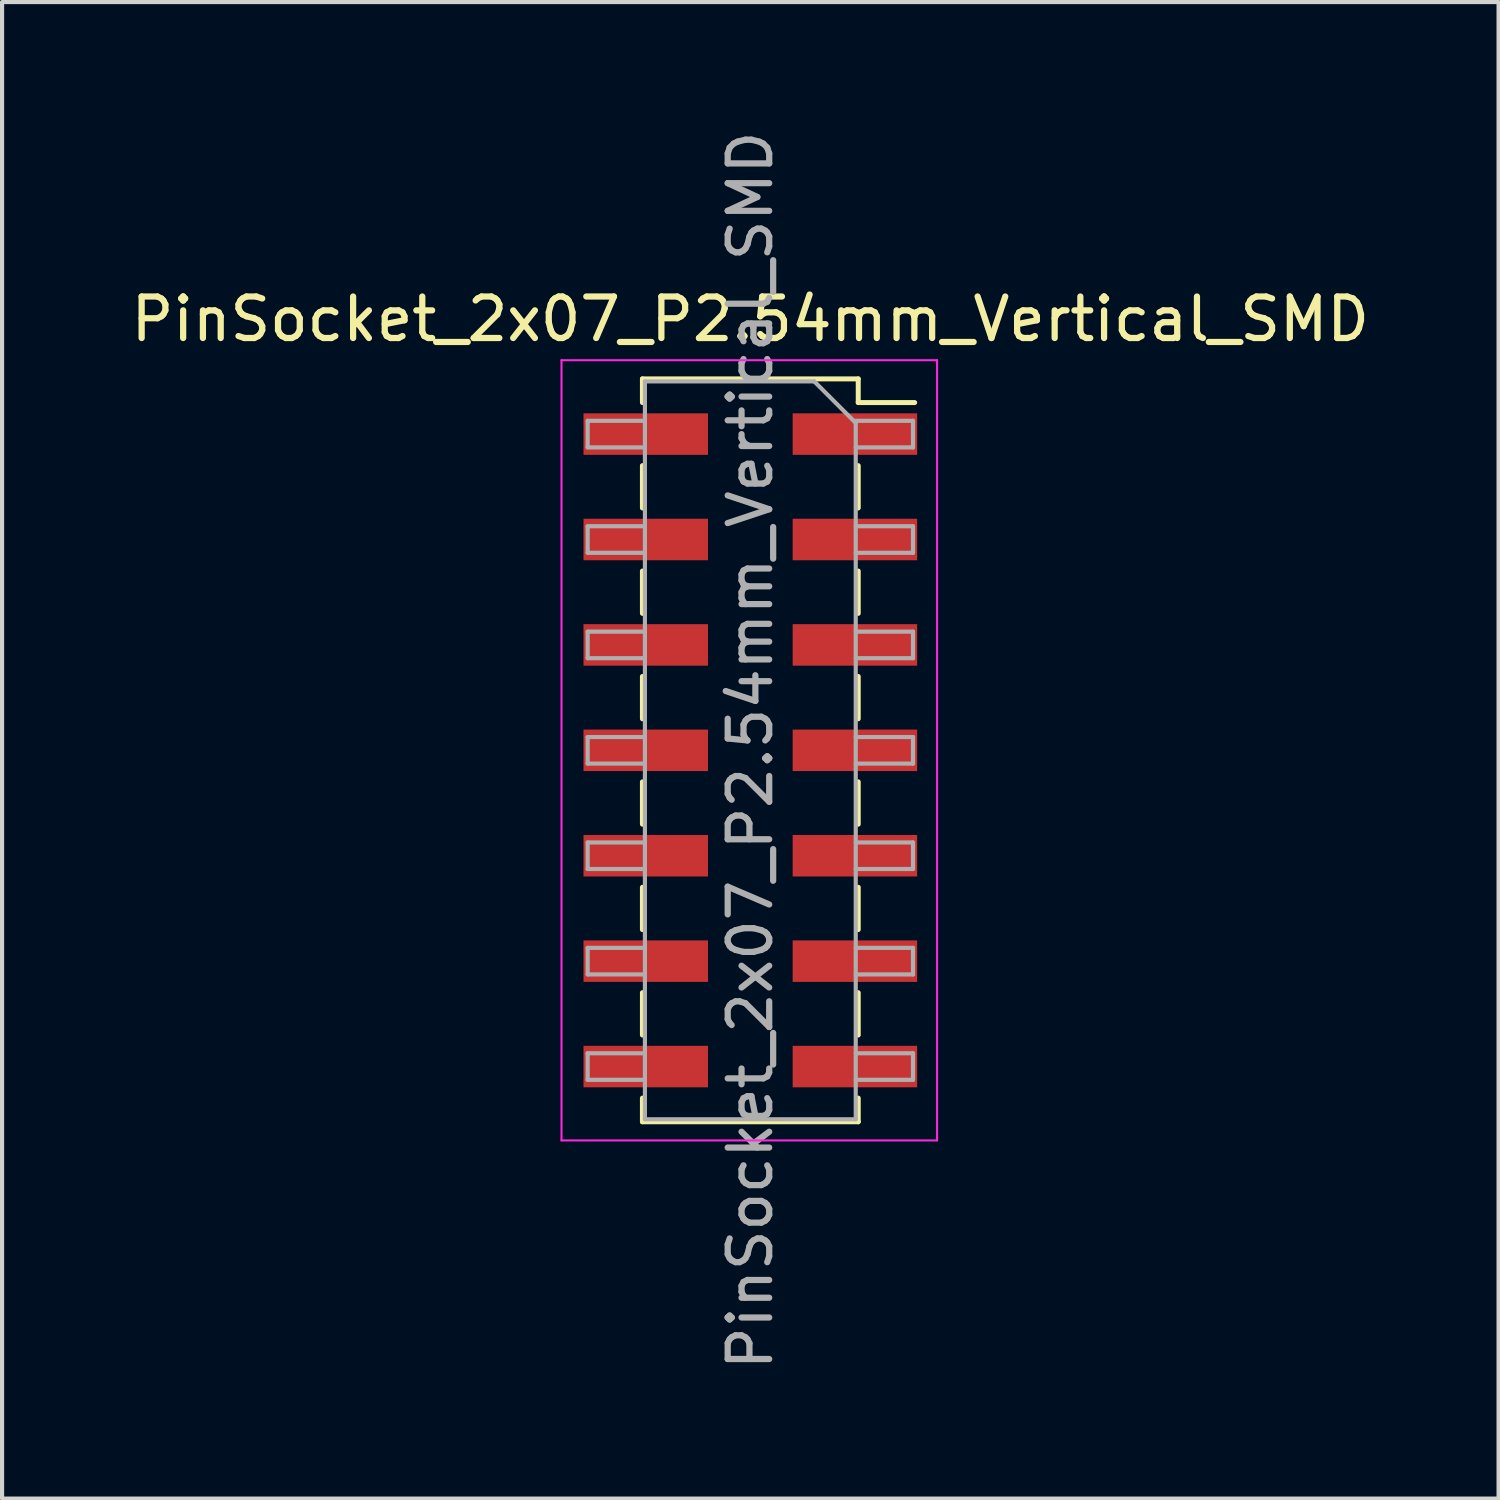
<source format=kicad_pcb>
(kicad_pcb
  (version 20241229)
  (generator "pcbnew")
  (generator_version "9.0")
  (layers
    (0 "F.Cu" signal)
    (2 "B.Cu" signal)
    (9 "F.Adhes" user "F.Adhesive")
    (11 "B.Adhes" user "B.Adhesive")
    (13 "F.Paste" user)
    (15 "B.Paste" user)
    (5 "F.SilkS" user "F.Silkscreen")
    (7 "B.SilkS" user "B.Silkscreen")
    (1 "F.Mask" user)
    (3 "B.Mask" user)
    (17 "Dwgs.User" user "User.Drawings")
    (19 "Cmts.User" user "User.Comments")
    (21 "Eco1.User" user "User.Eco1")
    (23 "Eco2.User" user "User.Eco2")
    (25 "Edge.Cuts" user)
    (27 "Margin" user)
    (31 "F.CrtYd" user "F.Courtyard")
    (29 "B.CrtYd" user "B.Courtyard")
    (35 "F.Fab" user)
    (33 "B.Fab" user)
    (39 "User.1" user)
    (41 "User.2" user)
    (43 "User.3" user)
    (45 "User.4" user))
  (footprint "PinSocket_2x07_P2.54mm_Vertical_SMD"
    (layer "F.Cu")
    (at 15.03 15.03)
    (property "Reference" "PinSocket_2x07_P2.54mm_Vertical_SMD" (at 0 -10.39 0) (layer "F.SilkS") (effects (font (size 1 1) (thickness 0.15))))
    (attr smd)
    (fp_line (start -2.6 -8.95) (end -2.6 -8.38) (stroke (width 0.12) (type solid)) (layer "F.SilkS"))
    (fp_line (start -2.6 -8.95) (end 2.6 -8.95) (stroke (width 0.12) (type solid)) (layer "F.SilkS"))
    (fp_line (start -2.6 -6.86) (end -2.6 -5.84) (stroke (width 0.12) (type solid)) (layer "F.SilkS"))
    (fp_line (start -2.6 -4.32) (end -2.6 -3.3) (stroke (width 0.12) (type solid)) (layer "F.SilkS"))
    (fp_line (start -2.6 -1.78) (end -2.6 -0.76) (stroke (width 0.12) (type solid)) (layer "F.SilkS"))
    (fp_line (start -2.6 0.76) (end -2.6 1.78) (stroke (width 0.12) (type solid)) (layer "F.SilkS"))
    (fp_line (start -2.6 3.3) (end -2.6 4.32) (stroke (width 0.12) (type solid)) (layer "F.SilkS"))
    (fp_line (start -2.6 5.84) (end -2.6 6.86) (stroke (width 0.12) (type solid)) (layer "F.SilkS"))
    (fp_line (start -2.6 8.38) (end -2.6 8.95) (stroke (width 0.12) (type solid)) (layer "F.SilkS"))
    (fp_line (start -2.6 8.95) (end 2.6 8.95) (stroke (width 0.12) (type solid)) (layer "F.SilkS"))
    (fp_line (start 2.6 -8.95) (end 2.6 -8.38) (stroke (width 0.12) (type solid)) (layer "F.SilkS"))
    (fp_line (start 2.6 -8.38) (end 3.96 -8.38) (stroke (width 0.12) (type solid)) (layer "F.SilkS"))
    (fp_line (start 2.6 -6.86) (end 2.6 -5.84) (stroke (width 0.12) (type solid)) (layer "F.SilkS"))
    (fp_line (start 2.6 -4.32) (end 2.6 -3.3) (stroke (width 0.12) (type solid)) (layer "F.SilkS"))
    (fp_line (start 2.6 -1.78) (end 2.6 -0.76) (stroke (width 0.12) (type solid)) (layer "F.SilkS"))
    (fp_line (start 2.6 0.76) (end 2.6 1.78) (stroke (width 0.12) (type solid)) (layer "F.SilkS"))
    (fp_line (start 2.6 3.3) (end 2.6 4.32) (stroke (width 0.12) (type solid)) (layer "F.SilkS"))
    (fp_line (start 2.6 5.84) (end 2.6 6.86) (stroke (width 0.12) (type solid)) (layer "F.SilkS"))
    (fp_line (start 2.6 8.38) (end 2.6 8.95) (stroke (width 0.12) (type solid)) (layer "F.SilkS"))
    (fp_line (start -4.55 -9.4) (end 4.5 -9.4) (stroke (width 0.05) (type solid)) (layer "F.CrtYd"))
    (fp_line (start -4.55 9.4) (end -4.55 -9.4) (stroke (width 0.05) (type solid)) (layer "F.CrtYd"))
    (fp_line (start 4.5 -9.4) (end 4.5 9.4) (stroke (width 0.05) (type solid)) (layer "F.CrtYd"))
    (fp_line (start 4.5 9.4) (end -4.55 9.4) (stroke (width 0.05) (type solid)) (layer "F.CrtYd"))
    (fp_line (start -3.92 -7.94) (end -2.54 -7.94) (stroke (width 0.1) (type solid)) (layer "F.Fab"))
    (fp_line (start -3.92 -7.3) (end -3.92 -7.94) (stroke (width 0.1) (type solid)) (layer "F.Fab"))
    (fp_line (start -3.92 -5.4) (end -2.54 -5.4) (stroke (width 0.1) (type solid)) (layer "F.Fab"))
    (fp_line (start -3.92 -4.76) (end -3.92 -5.4) (stroke (width 0.1) (type solid)) (layer "F.Fab"))
    (fp_line (start -3.92 -2.86) (end -2.54 -2.86) (stroke (width 0.1) (type solid)) (layer "F.Fab"))
    (fp_line (start -3.92 -2.22) (end -3.92 -2.86) (stroke (width 0.1) (type solid)) (layer "F.Fab"))
    (fp_line (start -3.92 -0.32) (end -2.54 -0.32) (stroke (width 0.1) (type solid)) (layer "F.Fab"))
    (fp_line (start -3.92 0.32) (end -3.92 -0.32) (stroke (width 0.1) (type solid)) (layer "F.Fab"))
    (fp_line (start -3.92 2.22) (end -2.54 2.22) (stroke (width 0.1) (type solid)) (layer "F.Fab"))
    (fp_line (start -3.92 2.86) (end -3.92 2.22) (stroke (width 0.1) (type solid)) (layer "F.Fab"))
    (fp_line (start -3.92 4.76) (end -2.54 4.76) (stroke (width 0.1) (type solid)) (layer "F.Fab"))
    (fp_line (start -3.92 5.4) (end -3.92 4.76) (stroke (width 0.1) (type solid)) (layer "F.Fab"))
    (fp_line (start -3.92 7.3) (end -2.54 7.3) (stroke (width 0.1) (type solid)) (layer "F.Fab"))
    (fp_line (start -3.92 7.94) (end -3.92 7.3) (stroke (width 0.1) (type solid)) (layer "F.Fab"))
    (fp_line (start -2.54 -8.89) (end 1.54 -8.89) (stroke (width 0.1) (type solid)) (layer "F.Fab"))
    (fp_line (start -2.54 -7.3) (end -3.92 -7.3) (stroke (width 0.1) (type solid)) (layer "F.Fab"))
    (fp_line (start -2.54 -4.76) (end -3.92 -4.76) (stroke (width 0.1) (type solid)) (layer "F.Fab"))
    (fp_line (start -2.54 -2.22) (end -3.92 -2.22) (stroke (width 0.1) (type solid)) (layer "F.Fab"))
    (fp_line (start -2.54 0.32) (end -3.92 0.32) (stroke (width 0.1) (type solid)) (layer "F.Fab"))
    (fp_line (start -2.54 2.86) (end -3.92 2.86) (stroke (width 0.1) (type solid)) (layer "F.Fab"))
    (fp_line (start -2.54 5.4) (end -3.92 5.4) (stroke (width 0.1) (type solid)) (layer "F.Fab"))
    (fp_line (start -2.54 7.94) (end -3.92 7.94) (stroke (width 0.1) (type solid)) (layer "F.Fab"))
    (fp_line (start -2.54 8.89) (end -2.54 -8.89) (stroke (width 0.1) (type solid)) (layer "F.Fab"))
    (fp_line (start 1.54 -8.89) (end 2.54 -7.89) (stroke (width 0.1) (type solid)) (layer "F.Fab"))
    (fp_line (start 2.54 -7.94) (end 3.92 -7.94) (stroke (width 0.1) (type solid)) (layer "F.Fab"))
    (fp_line (start 2.54 -7.89) (end 2.54 8.89) (stroke (width 0.1) (type solid)) (layer "F.Fab"))
    (fp_line (start 2.54 -5.4) (end 3.92 -5.4) (stroke (width 0.1) (type solid)) (layer "F.Fab"))
    (fp_line (start 2.54 -2.86) (end 3.92 -2.86) (stroke (width 0.1) (type solid)) (layer "F.Fab"))
    (fp_line (start 2.54 -0.32) (end 3.92 -0.32) (stroke (width 0.1) (type solid)) (layer "F.Fab"))
    (fp_line (start 2.54 2.22) (end 3.92 2.22) (stroke (width 0.1) (type solid)) (layer "F.Fab"))
    (fp_line (start 2.54 4.76) (end 3.92 4.76) (stroke (width 0.1) (type solid)) (layer "F.Fab"))
    (fp_line (start 2.54 7.3) (end 3.92 7.3) (stroke (width 0.1) (type solid)) (layer "F.Fab"))
    (fp_line (start 2.54 8.89) (end -2.54 8.89) (stroke (width 0.1) (type solid)) (layer "F.Fab"))
    (fp_line (start 3.92 -7.94) (end 3.92 -7.3) (stroke (width 0.1) (type solid)) (layer "F.Fab"))
    (fp_line (start 3.92 -7.3) (end 2.54 -7.3) (stroke (width 0.1) (type solid)) (layer "F.Fab"))
    (fp_line (start 3.92 -5.4) (end 3.92 -4.76) (stroke (width 0.1) (type solid)) (layer "F.Fab"))
    (fp_line (start 3.92 -4.76) (end 2.54 -4.76) (stroke (width 0.1) (type solid)) (layer "F.Fab"))
    (fp_line (start 3.92 -2.86) (end 3.92 -2.22) (stroke (width 0.1) (type solid)) (layer "F.Fab"))
    (fp_line (start 3.92 -2.22) (end 2.54 -2.22) (stroke (width 0.1) (type solid)) (layer "F.Fab"))
    (fp_line (start 3.92 -0.32) (end 3.92 0.32) (stroke (width 0.1) (type solid)) (layer "F.Fab"))
    (fp_line (start 3.92 0.32) (end 2.54 0.32) (stroke (width 0.1) (type solid)) (layer "F.Fab"))
    (fp_line (start 3.92 2.22) (end 3.92 2.86) (stroke (width 0.1) (type solid)) (layer "F.Fab"))
    (fp_line (start 3.92 2.86) (end 2.54 2.86) (stroke (width 0.1) (type solid)) (layer "F.Fab"))
    (fp_line (start 3.92 4.76) (end 3.92 5.4) (stroke (width 0.1) (type solid)) (layer "F.Fab"))
    (fp_line (start 3.92 5.4) (end 2.54 5.4) (stroke (width 0.1) (type solid)) (layer "F.Fab"))
    (fp_line (start 3.92 7.3) (end 3.92 7.94) (stroke (width 0.1) (type solid)) (layer "F.Fab"))
    (fp_line (start 3.92 7.94) (end 2.54 7.94) (stroke (width 0.1) (type solid)) (layer "F.Fab"))
    (fp_text user "${REFERENCE}" (at 0 0 90) (layer "F.Fab") (effects (font (size 1 1) (thickness 0.15))))
    (pad "1" smd rect (at 2.52 -7.62) (size 3 1) (layers "F.Cu" "F.Mask" "F.Paste"))
    (pad "2" smd rect (at -2.52 -7.62) (size 3 1) (layers "F.Cu" "F.Mask" "F.Paste"))
    (pad "3" smd rect (at 2.52 -5.08) (size 3 1) (layers "F.Cu" "F.Mask" "F.Paste"))
    (pad "4" smd rect (at -2.52 -5.08) (size 3 1) (layers "F.Cu" "F.Mask" "F.Paste"))
    (pad "5" smd rect (at 2.52 -2.54) (size 3 1) (layers "F.Cu" "F.Mask" "F.Paste"))
    (pad "6" smd rect (at -2.52 -2.54) (size 3 1) (layers "F.Cu" "F.Mask" "F.Paste"))
    (pad "7" smd rect (at 2.52 0) (size 3 1) (layers "F.Cu" "F.Mask" "F.Paste"))
    (pad "8" smd rect (at -2.52 0) (size 3 1) (layers "F.Cu" "F.Mask" "F.Paste"))
    (pad "9" smd rect (at 2.52 2.54) (size 3 1) (layers "F.Cu" "F.Mask" "F.Paste"))
    (pad "10" smd rect (at -2.52 2.54) (size 3 1) (layers "F.Cu" "F.Mask" "F.Paste"))
    (pad "11" smd rect (at 2.52 5.08) (size 3 1) (layers "F.Cu" "F.Mask" "F.Paste"))
    (pad "12" smd rect (at -2.52 5.08) (size 3 1) (layers "F.Cu" "F.Mask" "F.Paste"))
    (pad "13" smd rect (at 2.52 7.62) (size 3 1) (layers "F.Cu" "F.Mask" "F.Paste"))
    (pad "14" smd rect (at -2.52 7.62) (size 3 1) (layers "F.Cu" "F.Mask" "F.Paste")))
  (gr_rect
    (start -3 -3)
    (end 33.06 33.06)
    (stroke (width 0.1) (type default))
    (fill no)
    (layer "Edge.Cuts")))
</source>
